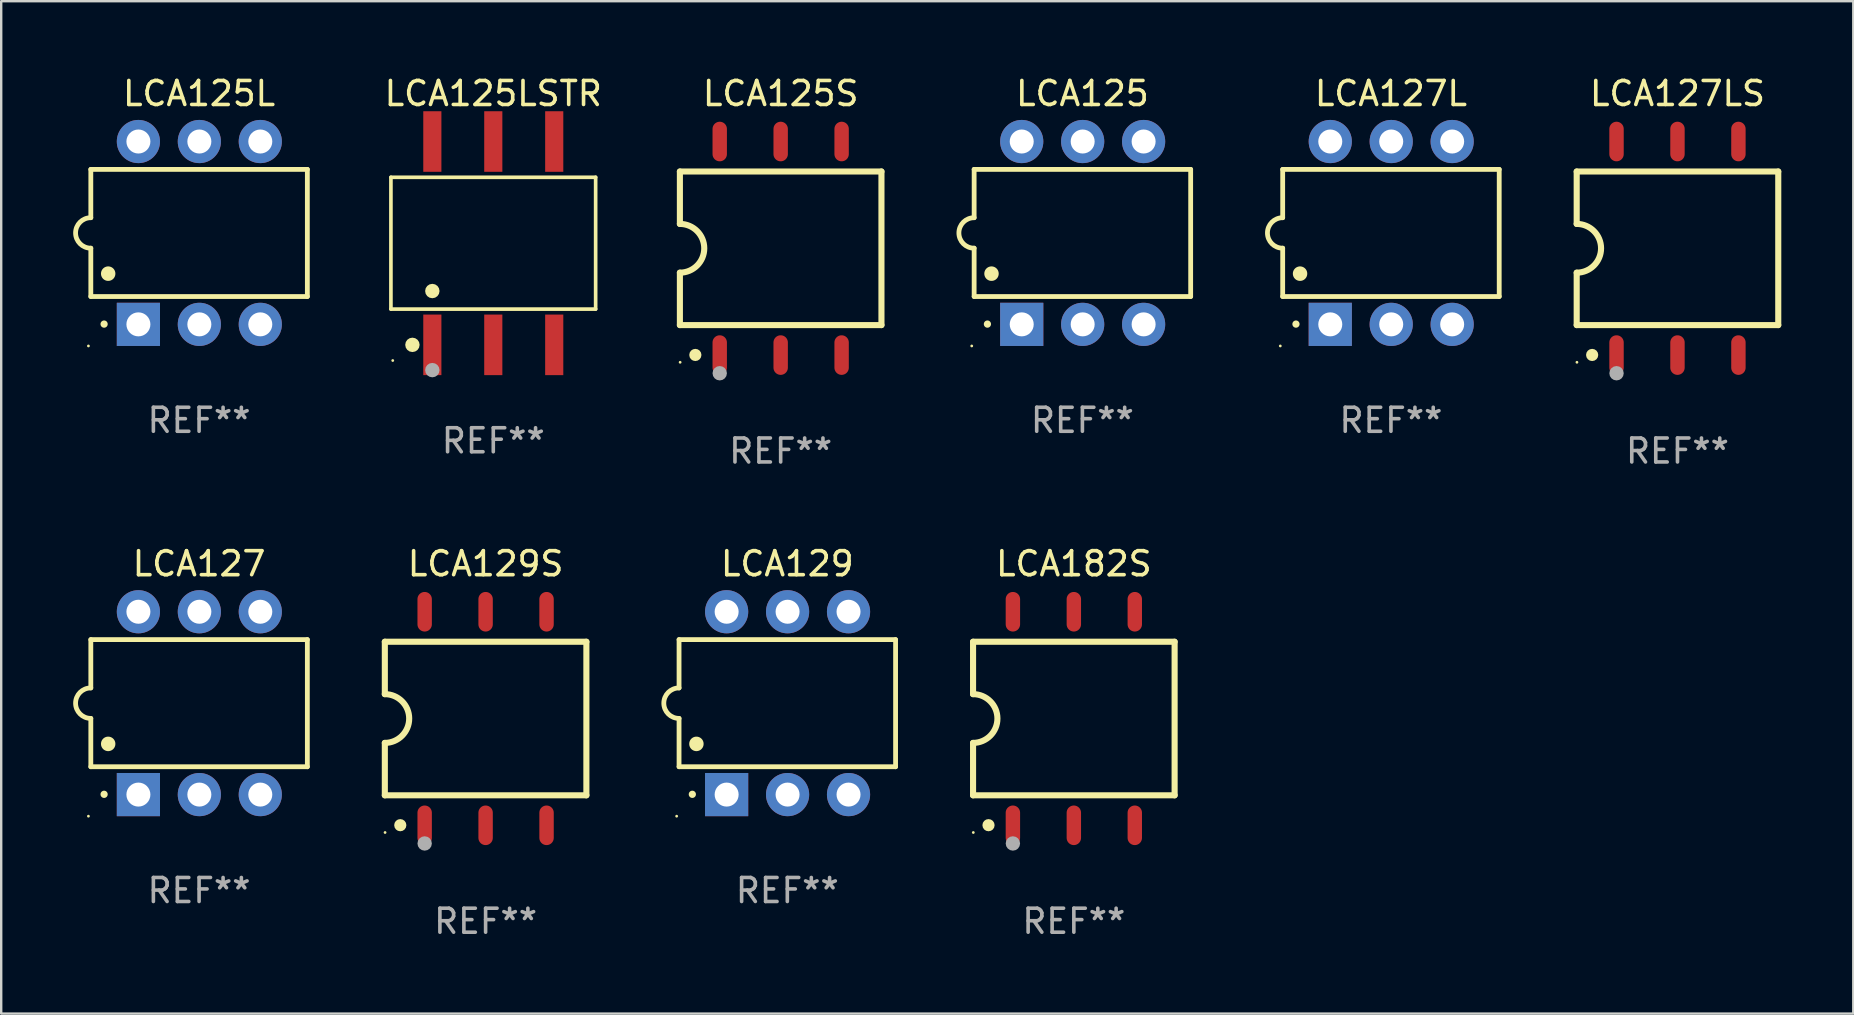
<source format=kicad_pcb>
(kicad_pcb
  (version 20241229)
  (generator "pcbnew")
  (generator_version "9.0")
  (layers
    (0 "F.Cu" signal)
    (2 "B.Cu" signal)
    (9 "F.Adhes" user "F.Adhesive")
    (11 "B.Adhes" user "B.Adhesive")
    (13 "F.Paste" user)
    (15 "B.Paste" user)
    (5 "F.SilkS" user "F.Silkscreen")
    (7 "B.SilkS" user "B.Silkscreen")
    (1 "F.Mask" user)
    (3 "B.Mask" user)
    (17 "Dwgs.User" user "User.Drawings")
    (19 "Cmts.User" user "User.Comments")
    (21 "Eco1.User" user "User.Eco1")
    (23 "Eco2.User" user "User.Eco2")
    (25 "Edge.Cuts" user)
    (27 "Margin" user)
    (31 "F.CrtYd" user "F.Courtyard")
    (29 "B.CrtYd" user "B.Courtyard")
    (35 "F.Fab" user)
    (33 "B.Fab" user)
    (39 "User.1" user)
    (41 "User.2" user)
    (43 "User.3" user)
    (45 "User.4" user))
  (footprint "LCA125S"
    (layer "F.Cu")
    (at 29.485 7.298)
    (property "Reference" "LCA125S" (at 0 -6.45 0) (layer "F.SilkS") (effects (font (size 1 1) (thickness 0.15))))
    (attr through_hole)
    (fp_line (start -4.2 -3.2) (end -4.2 -1.016) (stroke (width 0.254) (type solid)) (layer "F.SilkS"))
    (fp_line (start -4.2 -3.2) (end 4.2 -3.2) (stroke (width 0.254) (type solid)) (layer "F.SilkS"))
    (fp_line (start -4.2 3.2) (end -4.2 1.016) (stroke (width 0.254) (type solid)) (layer "F.SilkS"))
    (fp_line (start 4.2 -3.2) (end 4.2 3.2) (stroke (width 0.254) (type solid)) (layer "F.SilkS"))
    (fp_line (start 4.2 3.2) (end -4.2 3.2) (stroke (width 0.254) (type solid)) (layer "F.SilkS"))
    (fp_arc (start -4.201169 -1.016003) (mid -3.185166 -0.000585) (end -4.2 1.016002) (stroke (width 0.254001) (type solid)) (layer "F.SilkS"))
    (fp_circle (center -4.19 4.75) (end -4.16 4.75) (stroke (width 0.06) (type solid)) (fill no) (layer "F.SilkS"))
    (fp_circle (center -3.556 4.445) (end -3.429 4.445) (stroke (width 0.254) (type solid)) (fill no) (layer "F.SilkS"))
    (fp_circle (center -2.54 5.207) (end -2.39 5.207) (stroke (width 0.3) (type solid)) (fill no) (layer "F.Fab"))
    (fp_text user "REF**" (at 0 8.45 0) (layer "F.Fab") (effects (font (size 1 1) (thickness 0.15))))
    (pad "1" smd oval (at -2.54 4.45 90) (size 1.65 0.6) (layers "F.Cu" "F.Mask" "F.Paste"))
    (pad "2" smd oval (at 0 4.45 90) (size 1.65 0.6) (layers "F.Cu" "F.Mask" "F.Paste"))
    (pad "3" smd oval (at 2.54 4.45 90) (size 1.65 0.6) (layers "F.Cu" "F.Mask" "F.Paste"))
    (pad "4" smd oval (at 2.54 -4.45 90) (size 1.65 0.6) (layers "F.Cu" "F.Mask" "F.Paste"))
    (pad "5" smd oval (at 0 -4.45 90) (size 1.65 0.6) (layers "F.Cu" "F.Mask" "F.Paste"))
    (pad "6" smd oval (at -2.54 -4.45 90) (size 1.65 0.6) (layers "F.Cu" "F.Mask" "F.Paste")))
  (footprint "LCA182S"
    (layer "F.Cu")
    (at 41.703 26.895)
    (property "Reference" "LCA182S" (at 0 -6.45 0) (layer "F.SilkS") (effects (font (size 1 1) (thickness 0.15))))
    (attr through_hole)
    (fp_line (start -4.2 -3.2) (end -4.2 -1.016) (stroke (width 0.254) (type solid)) (layer "F.SilkS"))
    (fp_line (start -4.2 -3.2) (end 4.2 -3.2) (stroke (width 0.254) (type solid)) (layer "F.SilkS"))
    (fp_line (start -4.2 3.2) (end -4.2 1.016) (stroke (width 0.254) (type solid)) (layer "F.SilkS"))
    (fp_line (start 4.2 -3.2) (end 4.2 3.2) (stroke (width 0.254) (type solid)) (layer "F.SilkS"))
    (fp_line (start 4.2 3.2) (end -4.2 3.2) (stroke (width 0.254) (type solid)) (layer "F.SilkS"))
    (fp_arc (start -4.201169 -1.016003) (mid -3.185166 -0.000585) (end -4.2 1.016002) (stroke (width 0.254001) (type solid)) (layer "F.SilkS"))
    (fp_circle (center -4.19 4.75) (end -4.16 4.75) (stroke (width 0.06) (type solid)) (fill no) (layer "F.SilkS"))
    (fp_circle (center -3.556 4.445) (end -3.429 4.445) (stroke (width 0.254) (type solid)) (fill no) (layer "F.SilkS"))
    (fp_circle (center -2.54 5.207) (end -2.39 5.207) (stroke (width 0.3) (type solid)) (fill no) (layer "F.Fab"))
    (fp_text user "REF**" (at 0 8.45 0) (layer "F.Fab") (effects (font (size 1 1) (thickness 0.15))))
    (pad "1" smd oval (at -2.54 4.45 90) (size 1.65 0.6) (layers "F.Cu" "F.Mask" "F.Paste"))
    (pad "2" smd oval (at 0 4.45 90) (size 1.65 0.6) (layers "F.Cu" "F.Mask" "F.Paste"))
    (pad "3" smd oval (at 2.54 4.45 90) (size 1.65 0.6) (layers "F.Cu" "F.Mask" "F.Paste"))
    (pad "4" smd oval (at 2.54 -4.45 90) (size 1.65 0.6) (layers "F.Cu" "F.Mask" "F.Paste"))
    (pad "5" smd oval (at 0 -4.45 90) (size 1.65 0.6) (layers "F.Cu" "F.Mask" "F.Paste"))
    (pad "6" smd oval (at -2.54 -4.45 90) (size 1.65 0.6) (layers "F.Cu" "F.Mask" "F.Paste")))
  (footprint "LCA129S"
    (layer "F.Cu")
    (at 17.188 26.895)
    (property "Reference" "LCA129S" (at 0 -6.45 0) (layer "F.SilkS") (effects (font (size 1 1) (thickness 0.15))))
    (attr through_hole)
    (fp_line (start -4.2 -3.2) (end -4.2 -1.016) (stroke (width 0.254) (type solid)) (layer "F.SilkS"))
    (fp_line (start -4.2 -3.2) (end 4.2 -3.2) (stroke (width 0.254) (type solid)) (layer "F.SilkS"))
    (fp_line (start -4.2 3.2) (end -4.2 1.016) (stroke (width 0.254) (type solid)) (layer "F.SilkS"))
    (fp_line (start 4.2 -3.2) (end 4.2 3.2) (stroke (width 0.254) (type solid)) (layer "F.SilkS"))
    (fp_line (start 4.2 3.2) (end -4.2 3.2) (stroke (width 0.254) (type solid)) (layer "F.SilkS"))
    (fp_arc (start -4.201169 -1.016003) (mid -3.185166 -0.000585) (end -4.2 1.016002) (stroke (width 0.254001) (type solid)) (layer "F.SilkS"))
    (fp_circle (center -4.19 4.75) (end -4.16 4.75) (stroke (width 0.06) (type solid)) (fill no) (layer "F.SilkS"))
    (fp_circle (center -3.556 4.445) (end -3.429 4.445) (stroke (width 0.254) (type solid)) (fill no) (layer "F.SilkS"))
    (fp_circle (center -2.54 5.207) (end -2.39 5.207) (stroke (width 0.3) (type solid)) (fill no) (layer "F.Fab"))
    (fp_text user "REF**" (at 0 8.45 0) (layer "F.Fab") (effects (font (size 1 1) (thickness 0.15))))
    (pad "1" smd oval (at -2.54 4.45 90) (size 1.65 0.6) (layers "F.Cu" "F.Mask" "F.Paste"))
    (pad "2" smd oval (at 0 4.45 90) (size 1.65 0.6) (layers "F.Cu" "F.Mask" "F.Paste"))
    (pad "3" smd oval (at 2.54 4.45 90) (size 1.65 0.6) (layers "F.Cu" "F.Mask" "F.Paste"))
    (pad "4" smd oval (at 2.54 -4.45 90) (size 1.65 0.6) (layers "F.Cu" "F.Mask" "F.Paste"))
    (pad "5" smd oval (at 0 -4.45 90) (size 1.65 0.6) (layers "F.Cu" "F.Mask" "F.Paste"))
    (pad "6" smd oval (at -2.54 -4.45 90) (size 1.65 0.6) (layers "F.Cu" "F.Mask" "F.Paste")))
  (footprint "LCA125L"
    (layer "F.Cu")
    (at 5.247 6.658)
    (property "Reference" "LCA125L" (at 0 -5.81 0) (layer "F.SilkS") (effects (font (size 1 1) (thickness 0.15))))
    (attr through_hole)
    (fp_line (start -4.512 -2.649) (end 4.512 -2.649) (stroke (width 0.2) (type solid)) (layer "F.SilkS"))
    (fp_line (start -4.512 -0.635) (end -4.512 -2.649) (stroke (width 0.2) (type solid)) (layer "F.SilkS"))
    (fp_line (start -4.512 2.649) (end -4.512 0.635) (stroke (width 0.2) (type solid)) (layer "F.SilkS"))
    (fp_line (start 4.512 -2.649) (end 4.512 2.649) (stroke (width 0.2) (type solid)) (layer "F.SilkS"))
    (fp_line (start 4.512 2.649) (end -4.512 2.649) (stroke (width 0.2) (type solid)) (layer "F.SilkS"))
    (fp_arc (start -4.512319 0.635001) (mid -5.14732 0) (end -4.512319 -0.635001) (stroke (width 0.2) (type solid)) (layer "F.SilkS"))
    (fp_arc (start -3.958598 3.799848) (mid -3.958603 3.798578) (end -3.958598 3.797308) (stroke (width 0.3) (type solid)) (layer "F.SilkS"))
    (fp_arc (start -3.788418 1.699263) (mid -3.788429 1.696723) (end -3.788418 1.694183) (stroke (width 0.6) (type solid)) (layer "F.SilkS"))
    (fp_circle (center -4.612 4.71) (end -4.582 4.71) (stroke (width 0.06) (type solid)) (fill no) (layer "F.SilkS"))
    (fp_text user "REF**" (at 0 7.81 0) (layer "F.Fab") (effects (font (size 1 1) (thickness 0.15))))
    (pad "1" thru_hole rect (at -2.529 3.81 90) (size 1.8 1.8) (drill 1) (layers "*.Cu" "*.Mask"))
    (pad "2" thru_hole circle (at 0.011 3.81) (size 1.8 1.8) (drill 1) (layers "*.Cu" "*.Mask"))
    (pad "3" thru_hole circle (at 2.551 3.81) (size 1.8 1.8) (drill 1) (layers "*.Cu" "*.Mask"))
    (pad "4" thru_hole circle (at 2.551 -3.81) (size 1.8 1.8) (drill 1) (layers "*.Cu" "*.Mask"))
    (pad "5" thru_hole circle (at 0.011 -3.81) (size 1.8 1.8) (drill 1) (layers "*.Cu" "*.Mask"))
    (pad "6" thru_hole circle (at -2.529 -3.81) (size 1.8 1.8) (drill 1) (layers "*.Cu" "*.Mask")))
  (footprint "LCA127L"
    (layer "F.Cu")
    (at 54.919 6.658)
    (property "Reference" "LCA127L" (at 0 -5.81 0) (layer "F.SilkS") (effects (font (size 1 1) (thickness 0.15))))
    (attr through_hole)
    (fp_line (start -4.512 -2.649) (end 4.512 -2.649) (stroke (width 0.2) (type solid)) (layer "F.SilkS"))
    (fp_line (start -4.512 -0.635) (end -4.512 -2.649) (stroke (width 0.2) (type solid)) (layer "F.SilkS"))
    (fp_line (start -4.512 2.649) (end -4.512 0.635) (stroke (width 0.2) (type solid)) (layer "F.SilkS"))
    (fp_line (start 4.512 -2.649) (end 4.512 2.649) (stroke (width 0.2) (type solid)) (layer "F.SilkS"))
    (fp_line (start 4.512 2.649) (end -4.512 2.649) (stroke (width 0.2) (type solid)) (layer "F.SilkS"))
    (fp_arc (start -4.512319 0.635001) (mid -5.14732 0) (end -4.512319 -0.635001) (stroke (width 0.2) (type solid)) (layer "F.SilkS"))
    (fp_arc (start -3.958598 3.799848) (mid -3.958603 3.798578) (end -3.958598 3.797308) (stroke (width 0.3) (type solid)) (layer "F.SilkS"))
    (fp_arc (start -3.788418 1.699263) (mid -3.788429 1.696723) (end -3.788418 1.694183) (stroke (width 0.6) (type solid)) (layer "F.SilkS"))
    (fp_circle (center -4.612 4.71) (end -4.582 4.71) (stroke (width 0.06) (type solid)) (fill no) (layer "F.SilkS"))
    (fp_text user "REF**" (at 0 7.81 0) (layer "F.Fab") (effects (font (size 1 1) (thickness 0.15))))
    (pad "1" thru_hole rect (at -2.529 3.81 90) (size 1.8 1.8) (drill 1) (layers "*.Cu" "*.Mask"))
    (pad "2" thru_hole circle (at 0.011 3.81) (size 1.8 1.8) (drill 1) (layers "*.Cu" "*.Mask"))
    (pad "3" thru_hole circle (at 2.551 3.81) (size 1.8 1.8) (drill 1) (layers "*.Cu" "*.Mask"))
    (pad "4" thru_hole circle (at 2.551 -3.81) (size 1.8 1.8) (drill 1) (layers "*.Cu" "*.Mask"))
    (pad "5" thru_hole circle (at 0.011 -3.81) (size 1.8 1.8) (drill 1) (layers "*.Cu" "*.Mask"))
    (pad "6" thru_hole circle (at -2.529 -3.81) (size 1.8 1.8) (drill 1) (layers "*.Cu" "*.Mask")))
  (footprint "LCA125"
    (layer "F.Cu")
    (at 42.06 6.658)
    (property "Reference" "LCA125" (at 0 -5.81 0) (layer "F.SilkS") (effects (font (size 1 1) (thickness 0.15))))
    (attr through_hole)
    (fp_line (start -4.512 -2.649) (end 4.512 -2.649) (stroke (width 0.2) (type solid)) (layer "F.SilkS"))
    (fp_line (start -4.512 -0.635) (end -4.512 -2.649) (stroke (width 0.2) (type solid)) (layer "F.SilkS"))
    (fp_line (start -4.512 2.649) (end -4.512 0.635) (stroke (width 0.2) (type solid)) (layer "F.SilkS"))
    (fp_line (start 4.512 -2.649) (end 4.512 2.649) (stroke (width 0.2) (type solid)) (layer "F.SilkS"))
    (fp_line (start 4.512 2.649) (end -4.512 2.649) (stroke (width 0.2) (type solid)) (layer "F.SilkS"))
    (fp_arc (start -4.512319 0.635001) (mid -5.14732 0) (end -4.512319 -0.635001) (stroke (width 0.2) (type solid)) (layer "F.SilkS"))
    (fp_arc (start -3.958598 3.799848) (mid -3.958603 3.798578) (end -3.958598 3.797308) (stroke (width 0.3) (type solid)) (layer "F.SilkS"))
    (fp_arc (start -3.788418 1.699263) (mid -3.788429 1.696723) (end -3.788418 1.694183) (stroke (width 0.6) (type solid)) (layer "F.SilkS"))
    (fp_circle (center -4.612 4.71) (end -4.582 4.71) (stroke (width 0.06) (type solid)) (fill no) (layer "F.SilkS"))
    (fp_text user "REF**" (at 0 7.81 0) (layer "F.Fab") (effects (font (size 1 1) (thickness 0.15))))
    (pad "1" thru_hole rect (at -2.529 3.81 90) (size 1.8 1.8) (drill 1) (layers "*.Cu" "*.Mask"))
    (pad "2" thru_hole circle (at 0.011 3.81) (size 1.8 1.8) (drill 1) (layers "*.Cu" "*.Mask"))
    (pad "3" thru_hole circle (at 2.551 3.81) (size 1.8 1.8) (drill 1) (layers "*.Cu" "*.Mask"))
    (pad "4" thru_hole circle (at 2.551 -3.81) (size 1.8 1.8) (drill 1) (layers "*.Cu" "*.Mask"))
    (pad "5" thru_hole circle (at 0.011 -3.81) (size 1.8 1.8) (drill 1) (layers "*.Cu" "*.Mask"))
    (pad "6" thru_hole circle (at -2.529 -3.81) (size 1.8 1.8) (drill 1) (layers "*.Cu" "*.Mask")))
  (footprint "LCA127LS"
    (layer "F.Cu")
    (at 66.86 7.298)
    (property "Reference" "LCA127LS" (at 0 -6.45 0) (layer "F.SilkS") (effects (font (size 1 1) (thickness 0.15))))
    (attr through_hole)
    (fp_line (start -4.2 -3.2) (end -4.2 -1.016) (stroke (width 0.254) (type solid)) (layer "F.SilkS"))
    (fp_line (start -4.2 -3.2) (end 4.2 -3.2) (stroke (width 0.254) (type solid)) (layer "F.SilkS"))
    (fp_line (start -4.2 3.2) (end -4.2 1.016) (stroke (width 0.254) (type solid)) (layer "F.SilkS"))
    (fp_line (start 4.2 -3.2) (end 4.2 3.2) (stroke (width 0.254) (type solid)) (layer "F.SilkS"))
    (fp_line (start 4.2 3.2) (end -4.2 3.2) (stroke (width 0.254) (type solid)) (layer "F.SilkS"))
    (fp_arc (start -4.201169 -1.016003) (mid -3.185166 -0.000585) (end -4.2 1.016002) (stroke (width 0.254001) (type solid)) (layer "F.SilkS"))
    (fp_circle (center -4.19 4.75) (end -4.16 4.75) (stroke (width 0.06) (type solid)) (fill no) (layer "F.SilkS"))
    (fp_circle (center -3.556 4.445) (end -3.429 4.445) (stroke (width 0.254) (type solid)) (fill no) (layer "F.SilkS"))
    (fp_circle (center -2.54 5.207) (end -2.39 5.207) (stroke (width 0.3) (type solid)) (fill no) (layer "F.Fab"))
    (fp_text user "REF**" (at 0 8.45 0) (layer "F.Fab") (effects (font (size 1 1) (thickness 0.15))))
    (pad "1" smd oval (at -2.54 4.45 90) (size 1.65 0.6) (layers "F.Cu" "F.Mask" "F.Paste"))
    (pad "2" smd oval (at 0 4.45 90) (size 1.65 0.6) (layers "F.Cu" "F.Mask" "F.Paste"))
    (pad "3" smd oval (at 2.54 4.45 90) (size 1.65 0.6) (layers "F.Cu" "F.Mask" "F.Paste"))
    (pad "4" smd oval (at 2.54 -4.45 90) (size 1.65 0.6) (layers "F.Cu" "F.Mask" "F.Paste"))
    (pad "5" smd oval (at 0 -4.45 90) (size 1.65 0.6) (layers "F.Cu" "F.Mask" "F.Paste"))
    (pad "6" smd oval (at -2.54 -4.45 90) (size 1.65 0.6) (layers "F.Cu" "F.Mask" "F.Paste")))
  (footprint "LCA127"
    (layer "F.Cu")
    (at 5.247 26.255)
    (property "Reference" "LCA127" (at 0 -5.81 0) (layer "F.SilkS") (effects (font (size 1 1) (thickness 0.15))))
    (attr through_hole)
    (fp_line (start -4.512 -2.649) (end 4.512 -2.649) (stroke (width 0.2) (type solid)) (layer "F.SilkS"))
    (fp_line (start -4.512 -0.635) (end -4.512 -2.649) (stroke (width 0.2) (type solid)) (layer "F.SilkS"))
    (fp_line (start -4.512 2.649) (end -4.512 0.635) (stroke (width 0.2) (type solid)) (layer "F.SilkS"))
    (fp_line (start 4.512 -2.649) (end 4.512 2.649) (stroke (width 0.2) (type solid)) (layer "F.SilkS"))
    (fp_line (start 4.512 2.649) (end -4.512 2.649) (stroke (width 0.2) (type solid)) (layer "F.SilkS"))
    (fp_arc (start -4.512319 0.635001) (mid -5.14732 0) (end -4.512319 -0.635001) (stroke (width 0.2) (type solid)) (layer "F.SilkS"))
    (fp_arc (start -3.958598 3.799848) (mid -3.958603 3.798578) (end -3.958598 3.797308) (stroke (width 0.3) (type solid)) (layer "F.SilkS"))
    (fp_arc (start -3.788418 1.699263) (mid -3.788429 1.696723) (end -3.788418 1.694183) (stroke (width 0.6) (type solid)) (layer "F.SilkS"))
    (fp_circle (center -4.612 4.71) (end -4.582 4.71) (stroke (width 0.06) (type solid)) (fill no) (layer "F.SilkS"))
    (fp_text user "REF**" (at 0 7.81 0) (layer "F.Fab") (effects (font (size 1 1) (thickness 0.15))))
    (pad "1" thru_hole rect (at -2.529 3.81 90) (size 1.8 1.8) (drill 1) (layers "*.Cu" "*.Mask"))
    (pad "2" thru_hole circle (at 0.011 3.81) (size 1.8 1.8) (drill 1) (layers "*.Cu" "*.Mask"))
    (pad "3" thru_hole circle (at 2.551 3.81) (size 1.8 1.8) (drill 1) (layers "*.Cu" "*.Mask"))
    (pad "4" thru_hole circle (at 2.551 -3.81) (size 1.8 1.8) (drill 1) (layers "*.Cu" "*.Mask"))
    (pad "5" thru_hole circle (at 0.011 -3.81) (size 1.8 1.8) (drill 1) (layers "*.Cu" "*.Mask"))
    (pad "6" thru_hole circle (at -2.529 -3.81) (size 1.8 1.8) (drill 1) (layers "*.Cu" "*.Mask")))
  (footprint "LCA129"
    (layer "F.Cu")
    (at 29.762 26.255)
    (property "Reference" "LCA129" (at 0 -5.81 0) (layer "F.SilkS") (effects (font (size 1 1) (thickness 0.15))))
    (attr through_hole)
    (fp_line (start -4.512 -2.649) (end 4.512 -2.649) (stroke (width 0.2) (type solid)) (layer "F.SilkS"))
    (fp_line (start -4.512 -0.635) (end -4.512 -2.649) (stroke (width 0.2) (type solid)) (layer "F.SilkS"))
    (fp_line (start -4.512 2.649) (end -4.512 0.635) (stroke (width 0.2) (type solid)) (layer "F.SilkS"))
    (fp_line (start 4.512 -2.649) (end 4.512 2.649) (stroke (width 0.2) (type solid)) (layer "F.SilkS"))
    (fp_line (start 4.512 2.649) (end -4.512 2.649) (stroke (width 0.2) (type solid)) (layer "F.SilkS"))
    (fp_arc (start -4.512319 0.635001) (mid -5.14732 0) (end -4.512319 -0.635001) (stroke (width 0.2) (type solid)) (layer "F.SilkS"))
    (fp_arc (start -3.958598 3.799848) (mid -3.958603 3.798578) (end -3.958598 3.797308) (stroke (width 0.3) (type solid)) (layer "F.SilkS"))
    (fp_arc (start -3.788418 1.699263) (mid -3.788429 1.696723) (end -3.788418 1.694183) (stroke (width 0.6) (type solid)) (layer "F.SilkS"))
    (fp_circle (center -4.612 4.71) (end -4.582 4.71) (stroke (width 0.06) (type solid)) (fill no) (layer "F.SilkS"))
    (fp_text user "REF**" (at 0 7.81 0) (layer "F.Fab") (effects (font (size 1 1) (thickness 0.15))))
    (pad "1" thru_hole rect (at -2.529 3.81 90) (size 1.8 1.8) (drill 1) (layers "*.Cu" "*.Mask"))
    (pad "2" thru_hole circle (at 0.011 3.81) (size 1.8 1.8) (drill 1) (layers "*.Cu" "*.Mask"))
    (pad "3" thru_hole circle (at 2.551 3.81) (size 1.8 1.8) (drill 1) (layers "*.Cu" "*.Mask"))
    (pad "4" thru_hole circle (at 2.551 -3.81) (size 1.8 1.8) (drill 1) (layers "*.Cu" "*.Mask"))
    (pad "5" thru_hole circle (at 0.011 -3.81) (size 1.8 1.8) (drill 1) (layers "*.Cu" "*.Mask"))
    (pad "6" thru_hole circle (at -2.529 -3.81) (size 1.8 1.8) (drill 1) (layers "*.Cu" "*.Mask")))
  (footprint "LCA125LSTR"
    (layer "F.Cu")
    (at 17.508 7.085)
    (property "Reference" "LCA125LSTR" (at 0 -6.237 0) (layer "F.SilkS") (effects (font (size 1 1) (thickness 0.15))))
    (attr through_hole)
    (fp_line (start -4.266 -2.746) (end 4.266 -2.746) (stroke (width 0.152) (type solid)) (layer "F.SilkS"))
    (fp_line (start -4.266 2.746) (end -4.266 -2.746) (stroke (width 0.152) (type solid)) (layer "F.SilkS"))
    (fp_line (start 4.266 -2.746) (end 4.266 2.746) (stroke (width 0.152) (type solid)) (layer "F.SilkS"))
    (fp_line (start 4.266 2.746) (end -4.266 2.746) (stroke (width 0.152) (type solid)) (layer "F.SilkS"))
    (fp_circle (center -4.19 4.89) (end -4.16 4.89) (stroke (width 0.06) (type solid)) (fill no) (layer "F.SilkS"))
    (fp_circle (center -3.37 4.237) (end -3.22 4.237) (stroke (width 0.3) (type solid)) (fill no) (layer "F.SilkS"))
    (fp_circle (center -2.54 1.994) (end -2.39 1.994) (stroke (width 0.3) (type solid)) (fill no) (layer "F.SilkS"))
    (fp_circle (center -2.54 5.29) (end -2.39 5.29) (stroke (width 0.3) (type solid)) (fill no) (layer "F.Fab"))
    (fp_text user "REF**" (at 0 8.237 0) (layer "F.Fab") (effects (font (size 1 1) (thickness 0.15))))
    (pad "1" smd rect (at -2.54 4.237) (size 0.756 2.524) (layers "F.Cu" "F.Mask" "F.Paste"))
    (pad "2" smd rect (at 0 4.237) (size 0.756 2.524) (layers "F.Cu" "F.Mask" "F.Paste"))
    (pad "3" smd rect (at 2.54 4.237) (size 0.756 2.524) (layers "F.Cu" "F.Mask" "F.Paste"))
    (pad "4" smd rect (at 2.54 -4.237) (size 0.756 2.524) (layers "F.Cu" "F.Mask" "F.Paste"))
    (pad "5" smd rect (at 0 -4.237) (size 0.756 2.524) (layers "F.Cu" "F.Mask" "F.Paste"))
    (pad "6" smd rect (at -2.54 -4.237) (size 0.756 2.524) (layers "F.Cu" "F.Mask" "F.Paste")))
  (gr_rect
    (start -3 -3)
    (end 74.187 39.193)
    (stroke (width 0.1) (type default))
    (fill no)
    (layer "Edge.Cuts")))
</source>
